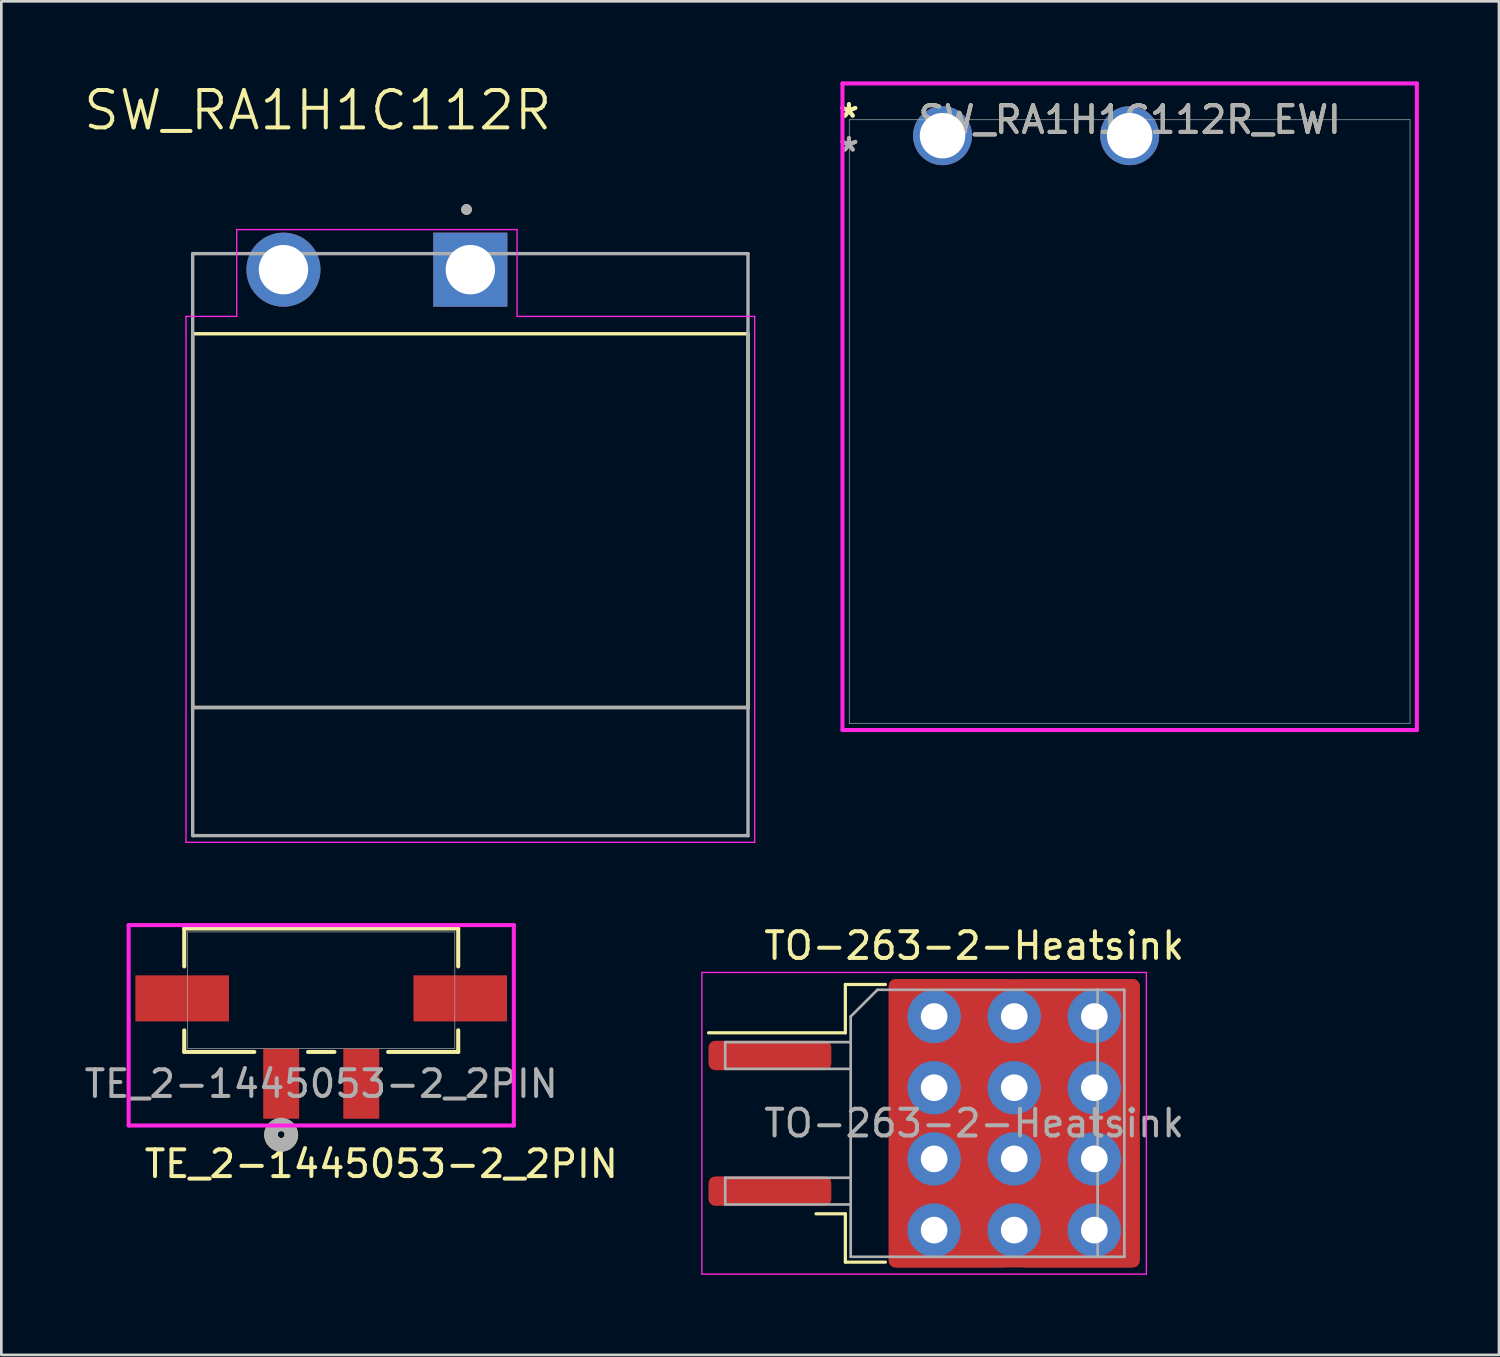
<source format=kicad_pcb>
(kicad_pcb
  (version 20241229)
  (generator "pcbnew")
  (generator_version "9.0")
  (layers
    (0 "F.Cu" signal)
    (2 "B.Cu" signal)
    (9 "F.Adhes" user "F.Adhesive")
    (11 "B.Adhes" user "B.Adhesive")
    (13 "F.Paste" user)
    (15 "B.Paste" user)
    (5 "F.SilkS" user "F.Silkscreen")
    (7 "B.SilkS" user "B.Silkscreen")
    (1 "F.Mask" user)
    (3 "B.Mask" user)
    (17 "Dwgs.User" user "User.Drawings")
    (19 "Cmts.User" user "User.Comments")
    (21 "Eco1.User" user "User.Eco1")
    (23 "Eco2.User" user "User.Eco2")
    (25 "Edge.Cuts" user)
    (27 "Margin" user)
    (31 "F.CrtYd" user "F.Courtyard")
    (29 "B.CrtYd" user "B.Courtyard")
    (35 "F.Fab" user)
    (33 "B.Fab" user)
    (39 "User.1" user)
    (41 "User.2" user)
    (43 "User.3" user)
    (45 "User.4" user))
  (footprint "TO-263-2-Heatsink"
    (layer "F.Cu")
    (at 33.439 39.025)
    (property "Reference" "TO-263-2-Heatsink" (at 0 -6.65 0) (layer "F.SilkS") (effects (font (size 1 1) (thickness 0.15))))
    (attr smd)
    (fp_line (start -4.825 -5.2) (end -4.825 -3.39) (stroke (width 0.12) (type solid)) (layer "F.SilkS"))
    (fp_line (start -4.825 -3.39) (end -9.95 -3.39) (stroke (width 0.12) (type solid)) (layer "F.SilkS"))
    (fp_line (start -4.825 3.39) (end -5.925 3.39) (stroke (width 0.12) (type solid)) (layer "F.SilkS"))
    (fp_line (start -4.825 5.2) (end -4.825 3.39) (stroke (width 0.12) (type solid)) (layer "F.SilkS"))
    (fp_line (start -3.325 -5.2) (end -4.825 -5.2) (stroke (width 0.12) (type solid)) (layer "F.SilkS"))
    (fp_line (start -3.325 5.2) (end -4.825 5.2) (stroke (width 0.12) (type solid)) (layer "F.SilkS"))
    (fp_line (start -10.2 -5.65) (end -10.2 5.65) (stroke (width 0.05) (type solid)) (layer "F.CrtYd"))
    (fp_line (start -10.2 5.65) (end 6.45 5.65) (stroke (width 0.05) (type solid)) (layer "F.CrtYd"))
    (fp_line (start 6.45 -5.65) (end -10.2 -5.65) (stroke (width 0.05) (type solid)) (layer "F.CrtYd"))
    (fp_line (start 6.45 5.65) (end 6.45 -5.65) (stroke (width 0.05) (type solid)) (layer "F.CrtYd"))
    (fp_line (start -9.325 -3.04) (end -9.325 -2.04) (stroke (width 0.1) (type solid)) (layer "F.Fab"))
    (fp_line (start -9.325 -2.04) (end -4.625 -2.04) (stroke (width 0.1) (type solid)) (layer "F.Fab"))
    (fp_line (start -9.325 2.04) (end -9.325 3.04) (stroke (width 0.1) (type solid)) (layer "F.Fab"))
    (fp_line (start -9.325 3.04) (end -4.625 3.04) (stroke (width 0.1) (type solid)) (layer "F.Fab"))
    (fp_line (start -4.625 -4) (end -3.625 -5) (stroke (width 0.1) (type solid)) (layer "F.Fab"))
    (fp_line (start -4.625 -3.04) (end -9.325 -3.04) (stroke (width 0.1) (type solid)) (layer "F.Fab"))
    (fp_line (start -4.625 2.04) (end -9.325 2.04) (stroke (width 0.1) (type solid)) (layer "F.Fab"))
    (fp_line (start -4.625 5) (end -4.625 -4) (stroke (width 0.1) (type solid)) (layer "F.Fab"))
    (fp_line (start -3.625 -5) (end 4.625 -5) (stroke (width 0.1) (type solid)) (layer "F.Fab"))
    (fp_line (start 4.625 -5) (end 4.625 5) (stroke (width 0.1) (type solid)) (layer "F.Fab"))
    (fp_line (start 4.625 -5) (end 5.625 -5) (stroke (width 0.1) (type solid)) (layer "F.Fab"))
    (fp_line (start 4.625 5) (end -4.625 5) (stroke (width 0.1) (type solid)) (layer "F.Fab"))
    (fp_line (start 5.625 -5) (end 5.625 5) (stroke (width 0.1) (type solid)) (layer "F.Fab"))
    (fp_line (start 5.625 5) (end 4.625 5) (stroke (width 0.1) (type solid)) (layer "F.Fab"))
    (fp_text user "${REFERENCE}" (at 0 0 0) (layer "F.Fab") (effects (font (size 1 1) (thickness 0.15))))
    (pad "1" smd roundrect (at -7.65 -2.54) (size 4.6 1.1) (layers "F.Cu" "F.Mask" "F.Paste") (roundrect_rratio 0.227))
    (pad "2" thru_hole circle (at -1.5 -4) (size 2 2) (drill 1) (layers "*.Cu" "*.Mask"))
    (pad "2" thru_hole circle (at -1.5 -1.333) (size 2 2) (drill 1) (layers "*.Cu" "*.Mask"))
    (pad "2" thru_hole circle (at -1.5 1.333) (size 2 2) (drill 1) (layers "*.Cu" "*.Mask"))
    (pad "2" thru_hole circle (at -1.5 4) (size 2 2) (drill 1) (layers "*.Cu" "*.Mask"))
    (pad "2" smd roundrect (at -0.925 -2.775) (size 4.55 5.25) (layers "F.Cu" "F.Paste") (roundrect_rratio 0.055))
    (pad "2" smd roundrect (at -0.925 2.775) (size 4.55 5.25) (layers "F.Cu" "F.Paste") (roundrect_rratio 0.055))
    (pad "2" thru_hole circle (at 1.5 -4) (size 2 2) (drill 1) (layers "*.Cu" "*.Mask"))
    (pad "2" thru_hole circle (at 1.5 -1.333) (size 2 2) (drill 1) (layers "*.Cu" "*.Mask"))
    (pad "2" smd roundrect (at 1.5 0) (size 9.4 10.8) (layers "F.Cu" "F.Mask") (roundrect_rratio 0.027))
    (pad "2" thru_hole circle (at 1.5 1.333) (size 2 2) (drill 1) (layers "*.Cu" "*.Mask"))
    (pad "2" thru_hole circle (at 1.5 4) (size 2 2) (drill 1) (layers "*.Cu" "*.Mask"))
    (pad "2" smd roundrect (at 3.925 -2.775) (size 4.55 5.25) (layers "F.Cu" "F.Paste") (roundrect_rratio 0.055))
    (pad "2" smd roundrect (at 3.925 2.775) (size 4.55 5.25) (layers "F.Cu" "F.Paste") (roundrect_rratio 0.055))
    (pad "2" thru_hole circle (at 4.5 -4) (size 2 2) (drill 1) (layers "*.Cu" "*.Mask"))
    (pad "2" thru_hole circle (at 4.5 -1.333) (size 2 2) (drill 1) (layers "*.Cu" "*.Mask"))
    (pad "2" thru_hole circle (at 4.5 1.333) (size 2 2) (drill 1) (layers "*.Cu" "*.Mask"))
    (pad "2" thru_hole circle (at 4.5 4) (size 2 2) (drill 1) (layers "*.Cu" "*.Mask"))
    (pad "3" smd roundrect (at -7.65 2.54) (size 4.6 1.1) (layers "F.Cu" "F.Mask" "F.Paste") (roundrect_rratio 0.227)))
  (footprint "TE_2-1445053-2_2PIN"
    (layer "F.Cu")
    (at 7.482 37.546)
    (property "Reference" "TE_2-1445053-2_2PIN" (at 3.75 3 0) (unlocked yes) (layer "F.SilkS") (effects (font (size 1 1) (thickness 0.15))))
    (attr smd)
    (fp_line (start -3.631 -5.817) (end -3.631 -4.397) (stroke (width 0.152) (type solid)) (layer "F.SilkS"))
    (fp_line (start -3.631 -2.004) (end -3.631 -1.194) (stroke (width 0.152) (type solid)) (layer "F.SilkS"))
    (fp_line (start -3.631 -1.194) (end -1.006 -1.194) (stroke (width 0.152) (type solid)) (layer "F.SilkS"))
    (fp_line (start 1.006 -1.194) (end 1.994 -1.194) (stroke (width 0.152) (type solid)) (layer "F.SilkS"))
    (fp_line (start 4.006 -1.194) (end 6.631 -1.194) (stroke (width 0.152) (type solid)) (layer "F.SilkS"))
    (fp_line (start 6.631 -5.817) (end -3.631 -5.817) (stroke (width 0.152) (type solid)) (layer "F.SilkS"))
    (fp_line (start 6.631 -4.397) (end 6.631 -5.817) (stroke (width 0.152) (type solid)) (layer "F.SilkS"))
    (fp_line (start 6.631 -1.194) (end 6.631 -2.004) (stroke (width 0.152) (type solid)) (layer "F.SilkS"))
    (fp_arc (start 0.381 1.905) (mid -0.043464 2.283513) (end -0.371083 1.81864) (stroke (width 0.508) (type solid)) (layer "F.SilkS"))
    (fp_line (start -5.714 -5.944) (end -5.714 1.562) (stroke (width 0.152) (type solid)) (layer "F.CrtYd"))
    (fp_line (start -5.714 1.562) (end 8.714 1.562) (stroke (width 0.152) (type solid)) (layer "F.CrtYd"))
    (fp_line (start 8.714 -5.944) (end -5.714 -5.944) (stroke (width 0.152) (type solid)) (layer "F.CrtYd"))
    (fp_line (start 8.714 1.562) (end 8.714 -5.944) (stroke (width 0.152) (type solid)) (layer "F.CrtYd"))
    (fp_line (start -3.504 -5.69) (end -3.504 -1.321) (stroke (width 0.025) (type solid)) (layer "F.Fab"))
    (fp_line (start -3.504 -1.321) (end 6.504 -1.321) (stroke (width 0.025) (type solid)) (layer "F.Fab"))
    (fp_line (start 6.504 -5.69) (end -3.504 -5.69) (stroke (width 0.025) (type solid)) (layer "F.Fab"))
    (fp_line (start 6.504 -1.321) (end 6.504 -5.69) (stroke (width 0.025) (type solid)) (layer "F.Fab"))
    (fp_circle (center 0 1.905) (end 0.381 1.905) (stroke (width 0.508) (type solid)) (fill no) (layer "F.Fab"))
    (fp_text user "${REFERENCE}" (at 1.5 0 0) (unlocked yes) (layer "F.Fab") (effects (font (size 1 1) (thickness 0.15))))
    (pad "1" smd rect (at 0 0) (size 1.346 2.616) (layers "F.Cu" "F.Mask" "F.Paste"))
    (pad "2" smd rect (at 3 0) (size 1.346 2.616) (layers "F.Cu" "F.Mask" "F.Paste"))
    (pad "MP" smd rect (at -3.707 -3.2) (size 3.505 1.727) (layers "F.Cu" "F.Mask" "F.Paste"))
    (pad "MP" smd rect (at 6.707 -3.2) (size 3.505 1.727) (layers "F.Cu" "F.Mask" "F.Paste")))
  (footprint "SW_RA1H1C112R"
    (layer "F.Cu")
    (at 14.567 7.051)
    (property "Reference" "SW_RA1H1C112R" (at -5.715 -5.969 0) (layer "F.SilkS") (effects (font (size 1.4 1.4) (thickness 0.15))))
    (attr through_hole)
    (fp_line (start -10.4 2.4) (end -10.4 16.4) (stroke (width 0.127) (type solid)) (layer "F.SilkS"))
    (fp_line (start -10.4 2.4) (end 10.4 2.4) (stroke (width 0.127) (type solid)) (layer "F.SilkS"))
    (fp_line (start -10.4 16.4) (end 10.4 16.4) (stroke (width 0.127) (type solid)) (layer "F.SilkS"))
    (fp_line (start 10.4 16.4) (end 10.4 2.4) (stroke (width 0.127) (type solid)) (layer "F.SilkS"))
    (fp_circle (center -0.142 -2.254) (end -0.042 -2.254) (stroke (width 0.2) (type solid)) (fill no) (layer "F.SilkS"))
    (fp_line (start -10.65 21.45) (end -10.65 1.75) (stroke (width 0.05) (type solid)) (layer "F.CrtYd"))
    (fp_line (start -8.75 -1.5) (end 1.75 -1.5) (stroke (width 0.05) (type solid)) (layer "F.CrtYd"))
    (fp_line (start -8.75 1.75) (end -10.65 1.75) (stroke (width 0.05) (type solid)) (layer "F.CrtYd"))
    (fp_line (start -8.75 1.75) (end -8.75 -1.5) (stroke (width 0.05) (type solid)) (layer "F.CrtYd"))
    (fp_line (start 1.75 1.75) (end 1.75 -1.5) (stroke (width 0.05) (type solid)) (layer "F.CrtYd"))
    (fp_line (start 1.75 1.75) (end 10.65 1.75) (stroke (width 0.05) (type solid)) (layer "F.CrtYd"))
    (fp_line (start 10.65 1.75) (end 10.65 21.45) (stroke (width 0.05) (type solid)) (layer "F.CrtYd"))
    (fp_line (start 10.65 21.45) (end -10.65 21.45) (stroke (width 0.05) (type solid)) (layer "F.CrtYd"))
    (fp_line (start -10.4 -0.6) (end 10.4 -0.6) (stroke (width 0.127) (type solid)) (layer "F.Fab"))
    (fp_line (start -10.4 16.4) (end -10.4 -0.6) (stroke (width 0.127) (type solid)) (layer "F.Fab"))
    (fp_line (start -10.4 16.4) (end 10.4 16.4) (stroke (width 0.127) (type solid)) (layer "F.Fab"))
    (fp_line (start -10.4 21.2) (end -10.4 16.4) (stroke (width 0.127) (type solid)) (layer "F.Fab"))
    (fp_line (start -10.4 21.2) (end 10.4 21.2) (stroke (width 0.127) (type solid)) (layer "F.Fab"))
    (fp_line (start 10.4 -0.6) (end 10.4 16.4) (stroke (width 0.127) (type solid)) (layer "F.Fab"))
    (fp_line (start 10.4 16.4) (end 10.4 21.2) (stroke (width 0.127) (type solid)) (layer "F.Fab"))
    (fp_circle (center -0.142 -2.254) (end -0.042 -2.254) (stroke (width 0.2) (type solid)) (fill no) (layer "F.Fab"))
    (pad "1" thru_hole rect (at 0 0) (size 2.775 2.775) (drill 1.85) (layers "*.Cu" "*.Mask"))
    (pad "2" thru_hole circle (at -7 0) (size 2.775 2.775) (drill 1.85) (layers "*.Cu" "*.Mask")))
  (footprint "SW_RA1H1C112R_EWI"
    (layer "F.Cu")
    (at 32.253 2.032)
    (property "Reference" "SW_RA1H1C112R_EWI" (at 7.01 -0.597 0) (unlocked yes) (layer "F.SilkS") (effects (font (size 1 1) (thickness 0.15))))
    (attr through_hole)
    (fp_line (start -3.747 -1.956) (end -3.747 22.263) (stroke (width 0.152) (type solid)) (layer "F.CrtYd"))
    (fp_line (start -3.747 22.263) (end 17.767 22.263) (stroke (width 0.152) (type solid)) (layer "F.CrtYd"))
    (fp_line (start 17.767 -1.956) (end -3.747 -1.956) (stroke (width 0.152) (type solid)) (layer "F.CrtYd"))
    (fp_line (start 17.767 22.263) (end 17.767 -1.956) (stroke (width 0.152) (type solid)) (layer "F.CrtYd"))
    (fp_line (start -3.493 -0.597) (end 17.513 -0.597) (stroke (width 0.025) (type solid)) (layer "F.Fab"))
    (fp_line (start -3.493 22.009) (end -3.493 -0.597) (stroke (width 0.025) (type solid)) (layer "F.Fab"))
    (fp_line (start 17.513 -0.597) (end 17.513 22.009) (stroke (width 0.025) (type solid)) (layer "F.Fab"))
    (fp_line (start 17.513 22.009) (end -3.493 22.009) (stroke (width 0.025) (type solid)) (layer "F.Fab"))
    (fp_text user "*" (at -3.505 -0.635 0) (unlocked yes) (layer "F.SilkS") (effects (font (size 1 1) (thickness 0.15))))
    (fp_text user "*" (at -3.505 -0.635 0) (layer "F.SilkS") (effects (font (size 1 1) (thickness 0.15))))
    (fp_text user "${REFERENCE}" (at 7.01 -0.597 0) (unlocked yes) (layer "F.Fab") (effects (font (size 1 1) (thickness 0.15))))
    (fp_text user "*" (at -3.505 0.635 0) (unlocked yes) (layer "F.Fab") (effects (font (size 1 1) (thickness 0.15))))
    (fp_text user "*" (at -3.505 0.635 0) (layer "F.Fab") (effects (font (size 1 1) (thickness 0.15))))
    (pad "1" thru_hole circle (at 0 0) (size 2.21 2.21) (drill 1.702) (layers "*.Cu" "*.Mask"))
    (pad "2" thru_hole circle (at 7.01 0) (size 2.21 2.21) (drill 1.702) (layers "*.Cu" "*.Mask")))
  (gr_rect
    (start -3 -3)
    (end 53.096 47.7)
    (stroke (width 0.1) (type default))
    (fill no)
    (layer "Edge.Cuts")))
</source>
